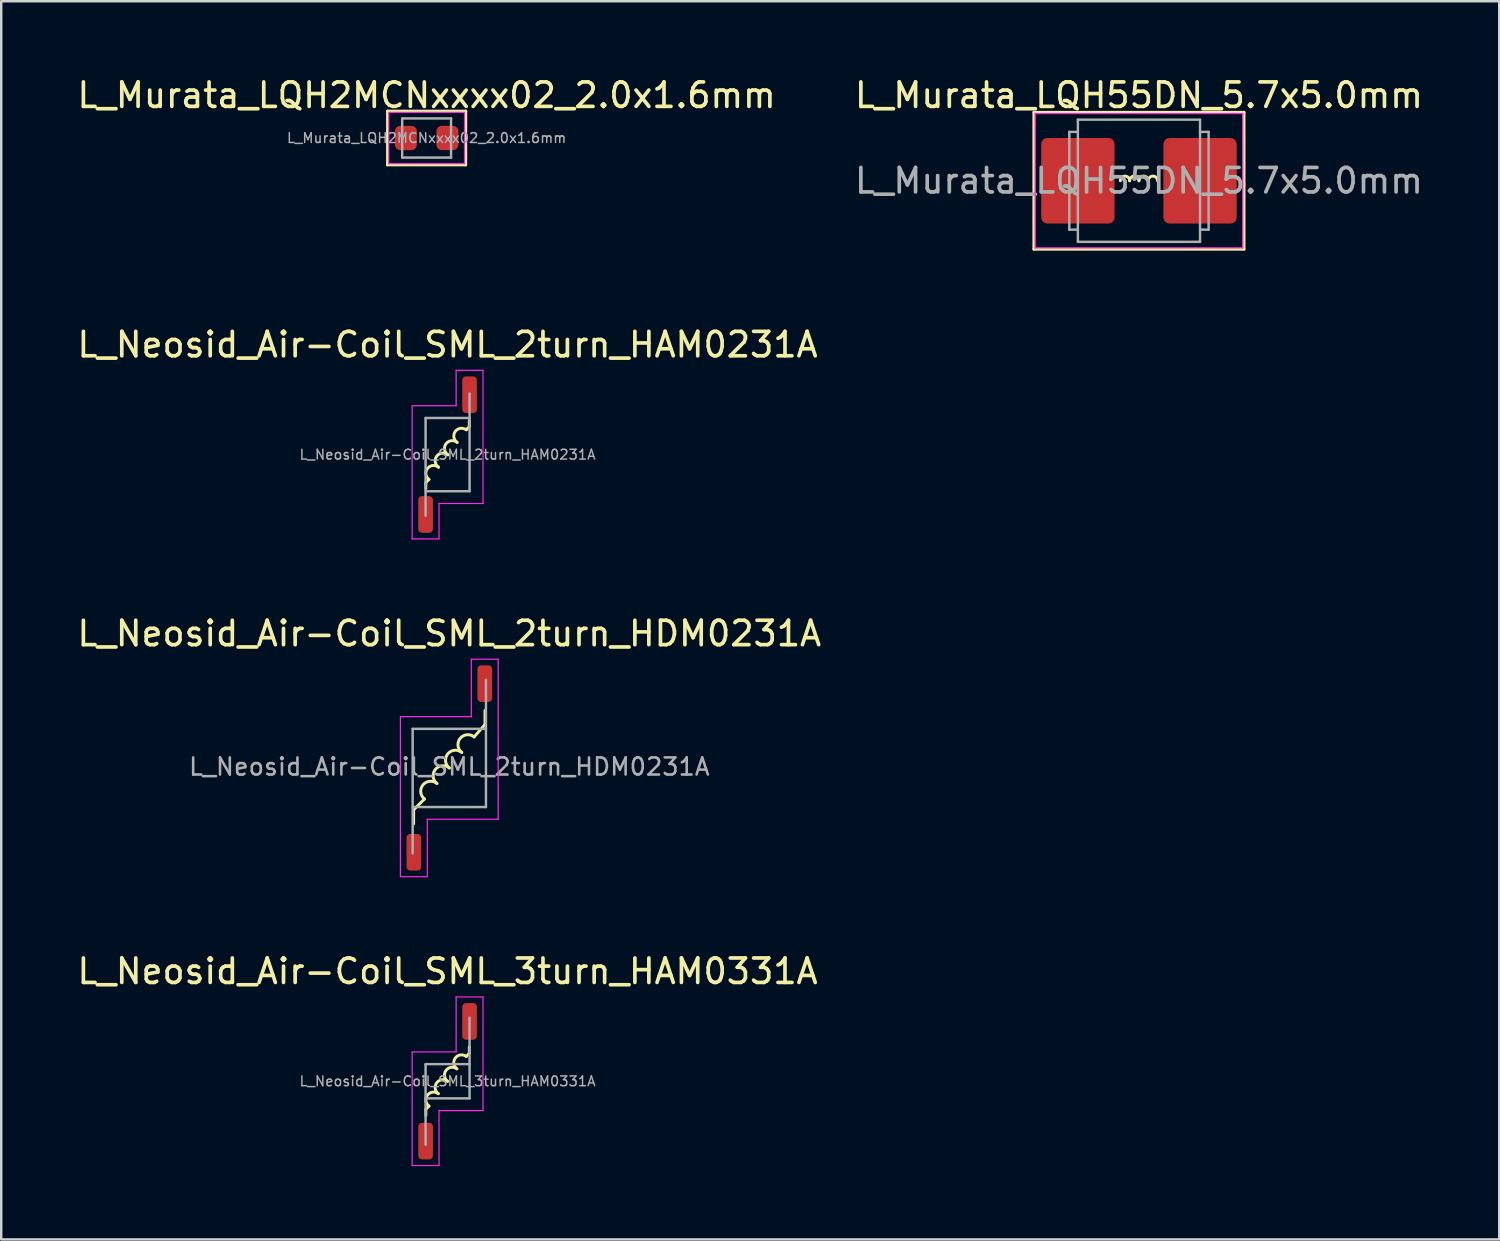
<source format=kicad_pcb>
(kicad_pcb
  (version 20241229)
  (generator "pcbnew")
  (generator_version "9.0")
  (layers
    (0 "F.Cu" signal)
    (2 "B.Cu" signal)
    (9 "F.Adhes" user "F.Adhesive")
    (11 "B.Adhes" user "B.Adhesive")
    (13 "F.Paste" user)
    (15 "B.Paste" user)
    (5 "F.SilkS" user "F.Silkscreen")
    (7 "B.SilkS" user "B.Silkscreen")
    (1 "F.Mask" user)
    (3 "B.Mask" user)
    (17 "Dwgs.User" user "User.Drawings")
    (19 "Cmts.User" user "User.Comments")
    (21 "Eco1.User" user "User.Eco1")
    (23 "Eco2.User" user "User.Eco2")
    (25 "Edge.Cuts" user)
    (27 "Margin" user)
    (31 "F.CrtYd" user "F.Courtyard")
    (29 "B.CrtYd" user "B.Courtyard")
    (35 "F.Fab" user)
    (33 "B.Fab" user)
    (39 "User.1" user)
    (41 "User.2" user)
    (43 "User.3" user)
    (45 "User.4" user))
  (footprint "L_Murata_LQH55DN_5.7x5.0mm"
    (layer "F.Cu")
    (at 43.565 4.348)
    (property "Reference" "L_Murata_LQH55DN_5.7x5.0mm" (at 0 -3.5 0) (layer "F.SilkS") (effects (font (size 1 1) (thickness 0.15))))
    (attr smd)
    (fp_line (start -4.3 -2.8) (end -4.3 2.8) (stroke (width 0.12) (type solid)) (layer "F.SilkS"))
    (fp_line (start -4.3 2.8) (end 4.3 2.8) (stroke (width 0.12) (type solid)) (layer "F.SilkS"))
    (fp_line (start 4.3 -2.8) (end -4.3 -2.8) (stroke (width 0.12) (type solid)) (layer "F.SilkS"))
    (fp_line (start 4.3 2.8) (end 4.3 -2.8) (stroke (width 0.12) (type solid)) (layer "F.SilkS"))
    (fp_arc (start -0.762 0) (mid -0.5715 -0.1905) (end -0.381 0) (stroke (width 0.12) (type solid)) (layer "F.SilkS"))
    (fp_arc (start -0.381 0) (mid -0.1905 -0.1905) (end 0 0) (stroke (width 0.12) (type solid)) (layer "F.SilkS"))
    (fp_arc (start 0 0) (mid 0.1905 -0.1905) (end 0.381 0) (stroke (width 0.12) (type solid)) (layer "F.SilkS"))
    (fp_arc (start 0.381 0) (mid 0.5715 -0.1905) (end 0.762 0) (stroke (width 0.12) (type solid)) (layer "F.SilkS"))
    (fp_line (start -4.25 -2.75) (end -4.25 2.75) (stroke (width 0.05) (type solid)) (layer "F.CrtYd"))
    (fp_line (start -4.25 2.75) (end 4.25 2.75) (stroke (width 0.05) (type solid)) (layer "F.CrtYd"))
    (fp_line (start 4.25 -2.75) (end -4.25 -2.75) (stroke (width 0.05) (type solid)) (layer "F.CrtYd"))
    (fp_line (start 4.25 2.75) (end 4.25 -2.75) (stroke (width 0.05) (type solid)) (layer "F.CrtYd"))
    (fp_line (start -2.85 -2) (end -2.85 2) (stroke (width 0.1) (type solid)) (layer "F.Fab"))
    (fp_line (start -2.85 -2) (end -2.5 -2) (stroke (width 0.1) (type solid)) (layer "F.Fab"))
    (fp_line (start -2.85 2) (end -2.5 2) (stroke (width 0.1) (type solid)) (layer "F.Fab"))
    (fp_line (start -2.5 -2.5) (end -2.5 2.5) (stroke (width 0.1) (type solid)) (layer "F.Fab"))
    (fp_line (start -2.5 -2.5) (end 2.5 -2.5) (stroke (width 0.1) (type solid)) (layer "F.Fab"))
    (fp_line (start -2.5 2.5) (end 2.5 2.5) (stroke (width 0.1) (type solid)) (layer "F.Fab"))
    (fp_line (start 2.5 -2.5) (end 2.5 2.5) (stroke (width 0.1) (type solid)) (layer "F.Fab"))
    (fp_line (start 2.85 -2) (end 2.5 -2) (stroke (width 0.1) (type solid)) (layer "F.Fab"))
    (fp_line (start 2.85 -2) (end 2.85 2) (stroke (width 0.1) (type solid)) (layer "F.Fab"))
    (fp_line (start 2.85 2) (end 2.5 2) (stroke (width 0.1) (type solid)) (layer "F.Fab"))
    (fp_text user "${REFERENCE}" (at 0 0 0) (layer "F.Fab") (effects (font (size 1 1) (thickness 0.15))))
    (pad "1" smd roundrect (at -2.5 0) (size 3 3.5) (layers "F.Cu" "F.Mask" "F.Paste") (roundrect_rratio 0.083))
    (pad "2" smd roundrect (at 2.5 0) (size 3 3.5) (layers "F.Cu" "F.Mask" "F.Paste") (roundrect_rratio 0.083)))
  (footprint "L_Neosid_Air-Coil_SML_3turn_HAM0331A"
    (layer "F.Cu")
    (at 15.268 41.203)
    (property "Reference" "L_Neosid_Air-Coil_SML_3turn_HAM0331A" (at 0 -4.5 0) (layer "F.SilkS") (effects (font (size 1 1) (thickness 0.15))))
    (attr smd)
    (fp_line (start -0.889 1.143) (end -0.889 1.397) (stroke (width 0.12) (type solid)) (layer "F.SilkS"))
    (fp_line (start -0.762 1.016) (end -0.889 1.143) (stroke (width 0.12) (type solid)) (layer "F.SilkS"))
    (fp_line (start 0.762 -1.016) (end 0.889 -1.143) (stroke (width 0.12) (type solid)) (layer "F.SilkS"))
    (fp_line (start 0.889 -1.143) (end 0.889 -1.397) (stroke (width 0.12) (type solid)) (layer "F.SilkS"))
    (fp_arc (start -0.761998 1.016) (mid -0.825499 0.571501) (end -0.381 0.508) (stroke (width 0.12) (type solid)) (layer "F.SilkS"))
    (fp_arc (start -0.380998 0.508) (mid -0.444499 0.063501) (end 0 0) (stroke (width 0.12) (type solid)) (layer "F.SilkS"))
    (fp_arc (start 0.000002 0) (mid -0.063499 -0.444499) (end 0.381 -0.508) (stroke (width 0.12) (type solid)) (layer "F.SilkS"))
    (fp_arc (start 0.381002 -0.508) (mid 0.317501 -0.952499) (end 0.762 -1.016) (stroke (width 0.12) (type solid)) (layer "F.SilkS"))
    (fp_line (start -1.45 -1.2) (end -1.45 3.45) (stroke (width 0.05) (type solid)) (layer "F.CrtYd"))
    (fp_line (start -1.45 3.45) (end -0.35 3.45) (stroke (width 0.05) (type solid)) (layer "F.CrtYd"))
    (fp_line (start -0.35 1.2) (end 1.45 1.2) (stroke (width 0.05) (type solid)) (layer "F.CrtYd"))
    (fp_line (start -0.35 3.45) (end -0.35 1.2) (stroke (width 0.05) (type solid)) (layer "F.CrtYd"))
    (fp_line (start 0.35 -3.45) (end 0.35 -1.2) (stroke (width 0.05) (type solid)) (layer "F.CrtYd"))
    (fp_line (start 0.35 -1.2) (end -1.45 -1.2) (stroke (width 0.05) (type solid)) (layer "F.CrtYd"))
    (fp_line (start 1.45 -3.45) (end 0.35 -3.45) (stroke (width 0.05) (type solid)) (layer "F.CrtYd"))
    (fp_line (start 1.45 1.2) (end 1.45 -3.45) (stroke (width 0.05) (type solid)) (layer "F.CrtYd"))
    (fp_line (start -0.9 -0.7) (end 0.9 -0.7) (stroke (width 0.1) (type solid)) (layer "F.Fab"))
    (fp_line (start -0.9 2.6) (end -0.9 -0.7) (stroke (width 0.1) (type solid)) (layer "F.Fab"))
    (fp_line (start 0.9 0.7) (end -0.9 0.7) (stroke (width 0.1) (type solid)) (layer "F.Fab"))
    (fp_line (start 0.9 0.7) (end 0.9 -2.6) (stroke (width 0.1) (type solid)) (layer "F.Fab"))
    (fp_text user "${REFERENCE}" (at 0 0 0) (layer "F.Fab") (effects (font (size 0.4 0.4) (thickness 0.06))))
    (pad "1" smd roundrect (at -0.9 2.45) (size 0.6 1.5) (layers "F.Cu" "F.Mask" "F.Paste") (roundrect_rratio 0.25))
    (pad "2" smd roundrect (at 0.9 -2.45) (size 0.6 1.5) (layers "F.Cu" "F.Mask" "F.Paste") (roundrect_rratio 0.25)))
  (footprint "L_Neosid_Air-Coil_SML_2turn_HDM0231A"
    (layer "F.Cu")
    (at 15.339 28.38)
    (property "Reference" "L_Neosid_Air-Coil_SML_2turn_HDM0231A" (at 0 -5.5 0) (layer "F.SilkS") (effects (font (size 1 1) (thickness 0.15))))
    (attr smd)
    (fp_line (start -1.46 1.714) (end -1.46 2.286) (stroke (width 0.12) (type solid)) (layer "F.SilkS"))
    (fp_line (start -1.016 1.27) (end -1.46 1.714) (stroke (width 0.12) (type solid)) (layer "F.SilkS"))
    (fp_line (start 1.016 -1.27) (end 1.46 -1.778) (stroke (width 0.12) (type solid)) (layer "F.SilkS"))
    (fp_line (start 1.46 -1.778) (end 1.46 -2.349) (stroke (width 0.12) (type solid)) (layer "F.SilkS"))
    (fp_arc (start -1.015998 1.269998) (mid -1.079498 0.6985) (end -0.508 0.635) (stroke (width 0.12) (type solid)) (layer "F.SilkS"))
    (fp_arc (start -0.507998 0.634998) (mid -0.571498 0.0635) (end 0 0) (stroke (width 0.12) (type solid)) (layer "F.SilkS"))
    (fp_arc (start 0.000002 -0.000002) (mid -0.063498 -0.5715) (end 0.508 -0.635) (stroke (width 0.12) (type solid)) (layer "F.SilkS"))
    (fp_arc (start 0.508002 -0.635002) (mid 0.444502 -1.2065) (end 1.016 -1.27) (stroke (width 0.12) (type solid)) (layer "F.SilkS"))
    (fp_line (start -2 -2.1) (end -2 4.45) (stroke (width 0.05) (type solid)) (layer "F.CrtYd"))
    (fp_line (start -2 4.45) (end -0.9 4.45) (stroke (width 0.05) (type solid)) (layer "F.CrtYd"))
    (fp_line (start -0.9 2.1) (end 2 2.1) (stroke (width 0.05) (type solid)) (layer "F.CrtYd"))
    (fp_line (start -0.9 4.45) (end -0.9 2.1) (stroke (width 0.05) (type solid)) (layer "F.CrtYd"))
    (fp_line (start 0.9 -4.45) (end 0.9 -2.1) (stroke (width 0.05) (type solid)) (layer "F.CrtYd"))
    (fp_line (start 0.9 -2.1) (end -2 -2.1) (stroke (width 0.05) (type solid)) (layer "F.CrtYd"))
    (fp_line (start 2 -4.45) (end 0.9 -4.45) (stroke (width 0.05) (type solid)) (layer "F.CrtYd"))
    (fp_line (start 2 2.1) (end 2 -4.45) (stroke (width 0.05) (type solid)) (layer "F.CrtYd"))
    (fp_line (start -1.5 -1.6) (end 1.5 -1.6) (stroke (width 0.1) (type solid)) (layer "F.Fab"))
    (fp_line (start -1.5 3.5) (end -1.5 -1.6) (stroke (width 0.1) (type solid)) (layer "F.Fab"))
    (fp_line (start 1.5 1.6) (end -1.5 1.6) (stroke (width 0.1) (type solid)) (layer "F.Fab"))
    (fp_line (start 1.5 1.6) (end 1.5 -3.6) (stroke (width 0.1) (type solid)) (layer "F.Fab"))
    (fp_text user "${REFERENCE}" (at 0 -0.05 0) (layer "F.Fab") (effects (font (size 0.7 0.7) (thickness 0.105))))
    (pad "1" smd roundrect (at -1.45 3.45) (size 0.6 1.5) (layers "F.Cu" "F.Mask" "F.Paste") (roundrect_rratio 0.25))
    (pad "2" smd roundrect (at 1.45 -3.45) (size 0.6 1.5) (layers "F.Cu" "F.Mask" "F.Paste") (roundrect_rratio 0.25)))
  (footprint "L_Neosid_Air-Coil_SML_2turn_HAM0231A"
    (layer "F.Cu")
    (at 15.268 15.556)
    (property "Reference" "L_Neosid_Air-Coil_SML_2turn_HAM0231A" (at 0 -4.5 0) (layer "F.SilkS") (effects (font (size 1 1) (thickness 0.15))))
    (attr smd)
    (fp_line (start -0.889 1.143) (end -0.889 1.397) (stroke (width 0.12) (type solid)) (layer "F.SilkS"))
    (fp_line (start -0.889 1.143) (end -0.762 1.016) (stroke (width 0.12) (type solid)) (layer "F.SilkS"))
    (fp_line (start 0.762 -1.016) (end 0.889 -1.143) (stroke (width 0.12) (type solid)) (layer "F.SilkS"))
    (fp_line (start 0.889 -1.143) (end 0.889 -1.397) (stroke (width 0.12) (type solid)) (layer "F.SilkS"))
    (fp_arc (start -0.761998 1.015998) (mid -0.825498 0.5715) (end -0.381 0.508) (stroke (width 0.12) (type solid)) (layer "F.SilkS"))
    (fp_arc (start -0.366615 0.518174) (mid -0.449686 0.070621) (end 0 0) (stroke (width 0.12) (type solid)) (layer "F.SilkS"))
    (fp_arc (start 0.014385 0.010174) (mid -0.068686 -0.437379) (end 0.381 -0.508) (stroke (width 0.12) (type solid)) (layer "F.SilkS"))
    (fp_arc (start 0.395385 -0.497826) (mid 0.312314 -0.945379) (end 0.762 -1.016) (stroke (width 0.12) (type solid)) (layer "F.SilkS"))
    (fp_line (start -1.45 -2) (end -1.45 3.45) (stroke (width 0.05) (type solid)) (layer "F.CrtYd"))
    (fp_line (start -1.45 3.45) (end -0.35 3.45) (stroke (width 0.05) (type solid)) (layer "F.CrtYd"))
    (fp_line (start -0.35 2) (end 1.45 2) (stroke (width 0.05) (type solid)) (layer "F.CrtYd"))
    (fp_line (start -0.35 3.45) (end -0.35 2) (stroke (width 0.05) (type solid)) (layer "F.CrtYd"))
    (fp_line (start 0.35 -3.45) (end 0.35 -2) (stroke (width 0.05) (type solid)) (layer "F.CrtYd"))
    (fp_line (start 0.35 -2) (end -1.45 -2) (stroke (width 0.05) (type solid)) (layer "F.CrtYd"))
    (fp_line (start 1.45 -3.45) (end 0.35 -3.45) (stroke (width 0.05) (type solid)) (layer "F.CrtYd"))
    (fp_line (start 1.45 2) (end 1.45 -3.45) (stroke (width 0.05) (type solid)) (layer "F.CrtYd"))
    (fp_line (start -0.9 -1.5) (end 0.9 -1.5) (stroke (width 0.1) (type solid)) (layer "F.Fab"))
    (fp_line (start -0.9 2.5) (end -0.9 -1.5) (stroke (width 0.1) (type solid)) (layer "F.Fab"))
    (fp_line (start 0.9 1.5) (end -0.9 1.5) (stroke (width 0.1) (type solid)) (layer "F.Fab"))
    (fp_line (start 0.9 1.5) (end 0.9 -2.5) (stroke (width 0.1) (type solid)) (layer "F.Fab"))
    (fp_text user "${REFERENCE}" (at 0 0 0) (layer "F.Fab") (effects (font (size 0.4 0.4) (thickness 0.06))))
    (pad "1" smd roundrect (at -0.9 2.45) (size 0.6 1.5) (layers "F.Cu" "F.Mask" "F.Paste") (roundrect_rratio 0.25))
    (pad "2" smd roundrect (at 0.9 -2.45) (size 0.6 1.5) (layers "F.Cu" "F.Mask" "F.Paste") (roundrect_rratio 0.25)))
  (footprint "L_Murata_LQH2MCNxxxx02_2.0x1.6mm"
    (layer "F.Cu")
    (at 14.411 2.598)
    (property "Reference" "L_Murata_LQH2MCNxxxx02_2.0x1.6mm" (at 0 -1.75 0) (layer "F.SilkS") (effects (font (size 1 1) (thickness 0.15))))
    (attr smd)
    (fp_line (start -1.6 -1.1) (end -1.6 1.1) (stroke (width 0.12) (type solid)) (layer "F.SilkS"))
    (fp_line (start -1.6 1.1) (end 1.6 1.1) (stroke (width 0.12) (type solid)) (layer "F.SilkS"))
    (fp_line (start 1.6 -1.1) (end -1.6 -1.1) (stroke (width 0.12) (type solid)) (layer "F.SilkS"))
    (fp_line (start 1.6 1.1) (end 1.6 -1.1) (stroke (width 0.12) (type solid)) (layer "F.SilkS"))
    (fp_line (start -1.55 -1.05) (end 1.55 -1.05) (stroke (width 0.05) (type solid)) (layer "F.CrtYd"))
    (fp_line (start -1.55 1.05) (end -1.55 -1.05) (stroke (width 0.05) (type solid)) (layer "F.CrtYd"))
    (fp_line (start 1.55 -1.05) (end 1.55 1.05) (stroke (width 0.05) (type solid)) (layer "F.CrtYd"))
    (fp_line (start 1.55 1.05) (end -1.55 1.05) (stroke (width 0.05) (type solid)) (layer "F.CrtYd"))
    (fp_line (start -1 -0.8) (end 1 -0.8) (stroke (width 0.1) (type solid)) (layer "F.Fab"))
    (fp_line (start -1 0.8) (end -1 -0.8) (stroke (width 0.1) (type solid)) (layer "F.Fab"))
    (fp_line (start 1 -0.8) (end 1 0.8) (stroke (width 0.1) (type solid)) (layer "F.Fab"))
    (fp_line (start 1 0.8) (end -1 0.8) (stroke (width 0.1) (type solid)) (layer "F.Fab"))
    (fp_text user "${REFERENCE}" (at 0 0 0) (layer "F.Fab") (effects (font (size 0.4 0.4) (thickness 0.06))))
    (pad "1" smd roundrect (at -0.85 0) (size 0.9 1) (layers "F.Cu" "F.Mask" "F.Paste") (roundrect_rratio 0.25))
    (pad "2" smd roundrect (at 0.85 0) (size 0.9 1) (layers "F.Cu" "F.Mask" "F.Paste") (roundrect_rratio 0.25)))
  (gr_rect
    (start -3 -3)
    (end 58.31 47.678)
    (stroke (width 0.1) (type default))
    (fill no)
    (layer "Edge.Cuts")))
</source>
